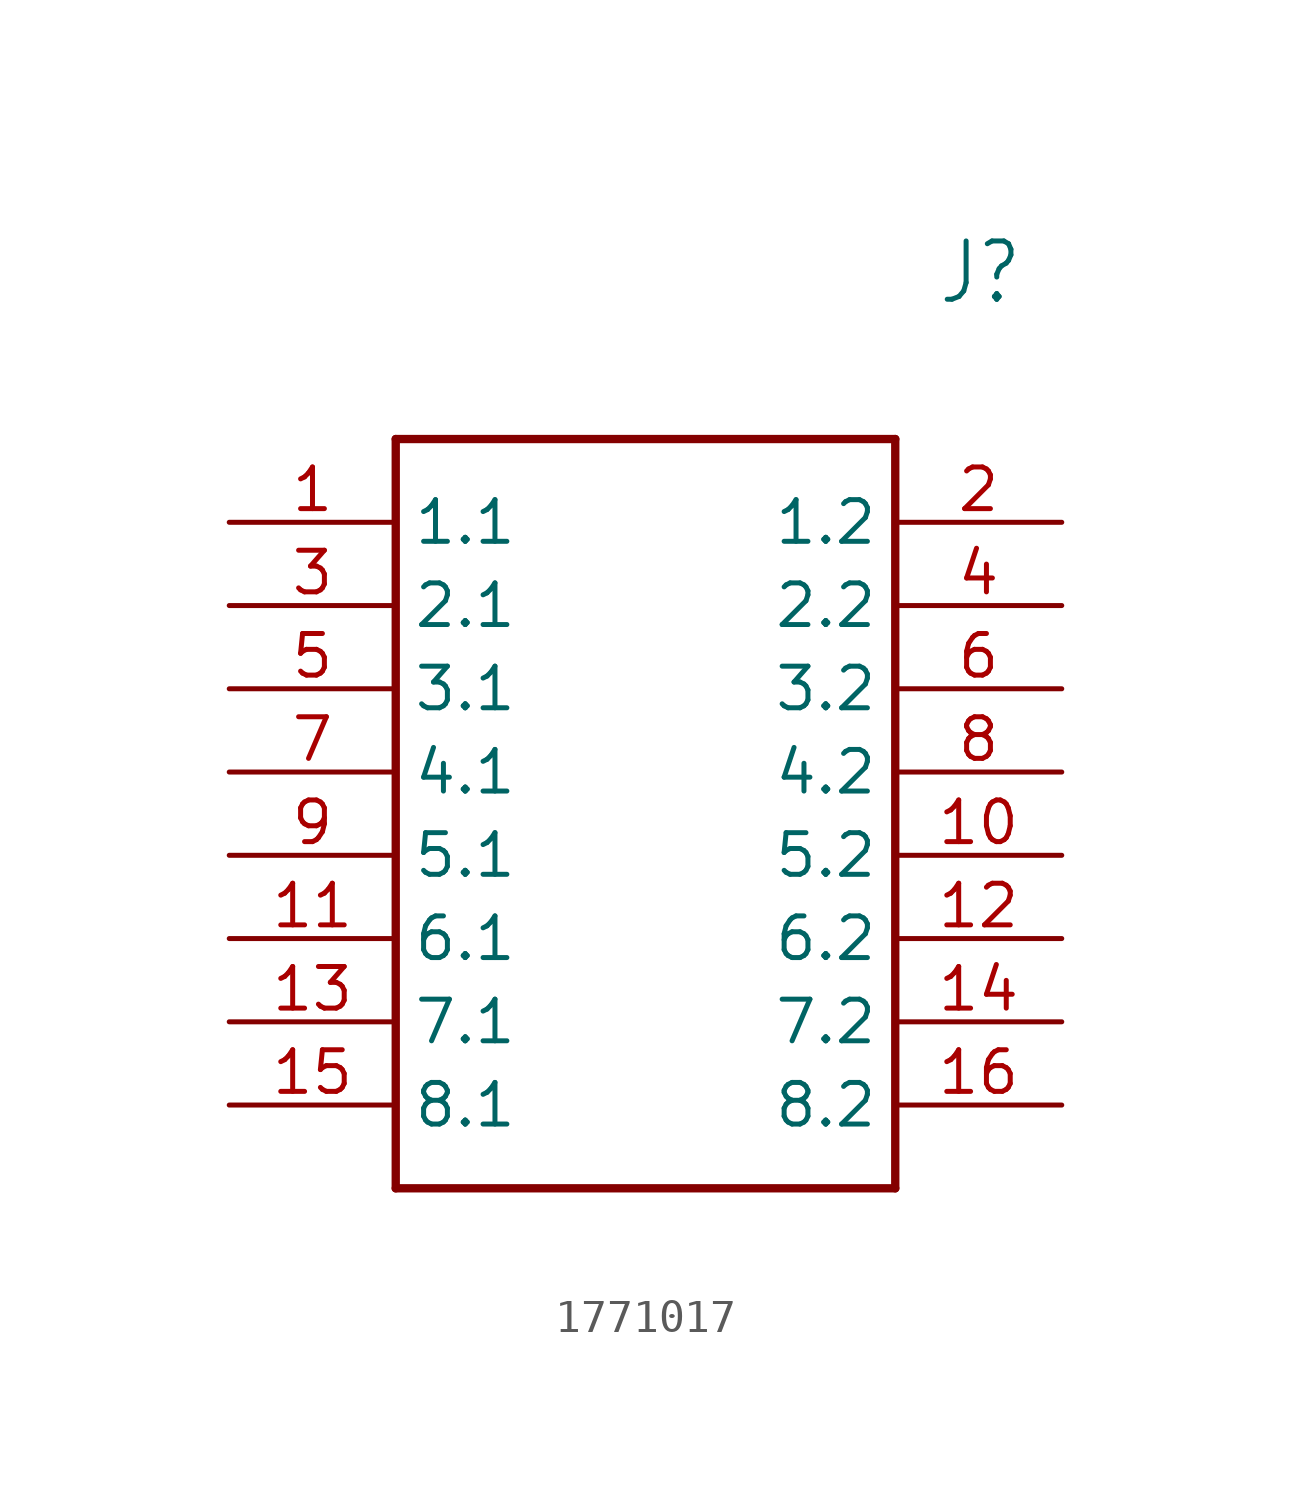
<source format=kicad_sym>
(kicad_symbol_lib
  (version 20231120)
  (generator "kicad_symbol_editor")
  (generator_version "8.0")
  (symbol "1771017"
    (property "Reference" "J"
      (at 21.59 7.62 0)
      (effects (font (size 1.778 1.511)) (justify left)))
    (property "Value" ""
      (at 21.59 5.08 0)
      (effects (font (size 1.778 1.511)) (justify left)))
    (property "ki_locked" ""
      (at 0 0 0)
      (effects (font (size 1.27 1.27))))
    (symbol "1771017_1_0"
      (polyline (pts (xy 5.08 2.54) (xy 5.08 -20.32)) (stroke (width 0.254) (type solid)) (fill (type none)))
      (polyline (pts (xy 5.08 2.54) (xy 20.32 2.54)) (stroke (width 0.254) (type solid)) (fill (type none)))
      (polyline (pts (xy 20.32 -20.32) (xy 5.08 -20.32)) (stroke (width 0.254) (type solid)) (fill (type none)))
      (polyline (pts (xy 20.32 -20.32) (xy 20.32 2.54)) (stroke (width 0.254) (type solid)) (fill (type none)))
      (pin bidirectional line (at 0 0 0) (length 5.08) (name "1.1" (effects (font (size 1.27 1.27)))) (number "1" (effects (font (size 1.27 1.27)))))
      (pin bidirectional line (at 25.4 -10.16 180) (length 5.08) (name "5.2" (effects (font (size 1.27 1.27)))) (number "10" (effects (font (size 1.27 1.27)))))
      (pin bidirectional line (at 0 -12.7 0) (length 5.08) (name "6.1" (effects (font (size 1.27 1.27)))) (number "11" (effects (font (size 1.27 1.27)))))
      (pin bidirectional line (at 25.4 -12.7 180) (length 5.08) (name "6.2" (effects (font (size 1.27 1.27)))) (number "12" (effects (font (size 1.27 1.27)))))
      (pin bidirectional line (at 0 -15.24 0) (length 5.08) (name "7.1" (effects (font (size 1.27 1.27)))) (number "13" (effects (font (size 1.27 1.27)))))
      (pin bidirectional line (at 25.4 -15.24 180) (length 5.08) (name "7.2" (effects (font (size 1.27 1.27)))) (number "14" (effects (font (size 1.27 1.27)))))
      (pin bidirectional line (at 0 -17.78 0) (length 5.08) (name "8.1" (effects (font (size 1.27 1.27)))) (number "15" (effects (font (size 1.27 1.27)))))
      (pin bidirectional line (at 25.4 -17.78 180) (length 5.08) (name "8.2" (effects (font (size 1.27 1.27)))) (number "16" (effects (font (size 1.27 1.27)))))
      (pin bidirectional line (at 25.4 0 180) (length 5.08) (name "1.2" (effects (font (size 1.27 1.27)))) (number "2" (effects (font (size 1.27 1.27)))))
      (pin bidirectional line (at 0 -2.54 0) (length 5.08) (name "2.1" (effects (font (size 1.27 1.27)))) (number "3" (effects (font (size 1.27 1.27)))))
      (pin bidirectional line (at 25.4 -2.54 180) (length 5.08) (name "2.2" (effects (font (size 1.27 1.27)))) (number "4" (effects (font (size 1.27 1.27)))))
      (pin bidirectional line (at 0 -5.08 0) (length 5.08) (name "3.1" (effects (font (size 1.27 1.27)))) (number "5" (effects (font (size 1.27 1.27)))))
      (pin bidirectional line (at 25.4 -5.08 180) (length 5.08) (name "3.2" (effects (font (size 1.27 1.27)))) (number "6" (effects (font (size 1.27 1.27)))))
      (pin bidirectional line (at 0 -7.62 0) (length 5.08) (name "4.1" (effects (font (size 1.27 1.27)))) (number "7" (effects (font (size 1.27 1.27)))))
      (pin bidirectional line (at 25.4 -7.62 180) (length 5.08) (name "4.2" (effects (font (size 1.27 1.27)))) (number "8" (effects (font (size 1.27 1.27)))))
      (pin bidirectional line (at 0 -10.16 0) (length 5.08) (name "5.1" (effects (font (size 1.27 1.27)))) (number "9" (effects (font (size 1.27 1.27))))))))
</source>
